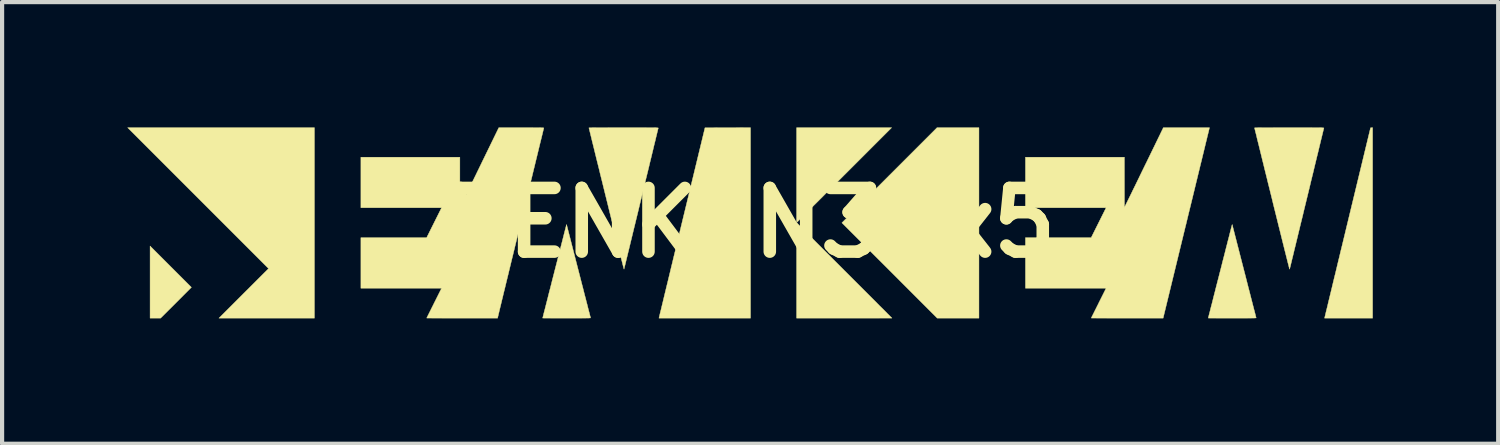
<source format=kicad_pcb>
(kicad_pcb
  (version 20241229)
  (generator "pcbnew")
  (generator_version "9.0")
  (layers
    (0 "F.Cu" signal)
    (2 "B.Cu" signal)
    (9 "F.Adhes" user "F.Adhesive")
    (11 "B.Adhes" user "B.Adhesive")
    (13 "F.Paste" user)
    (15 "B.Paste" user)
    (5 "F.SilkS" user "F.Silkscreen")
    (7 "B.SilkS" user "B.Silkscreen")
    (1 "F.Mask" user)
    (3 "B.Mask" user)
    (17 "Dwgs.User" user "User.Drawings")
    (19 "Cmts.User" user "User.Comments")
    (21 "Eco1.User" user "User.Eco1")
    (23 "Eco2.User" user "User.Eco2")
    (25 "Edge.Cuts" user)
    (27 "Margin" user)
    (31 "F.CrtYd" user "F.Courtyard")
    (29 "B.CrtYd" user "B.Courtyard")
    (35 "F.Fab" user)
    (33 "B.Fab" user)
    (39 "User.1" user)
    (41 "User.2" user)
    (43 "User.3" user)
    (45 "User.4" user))
  (footprint "DENKEN30x5"
    (layer "F.Cu")
    (at 14.897 2.281)
    (property "Reference" "DENKEN30x5" (at 0 0 0) (layer "F.SilkS") (effects (font (size 1.524 1.524) (thickness 0.3))))
    (attr through_hole)
    (fp_poly (pts (xy -13.862 1.05) (xy -13.368 1.544) (xy -13.736 1.913) (xy -14.105 2.281) (xy -14.356 2.281) (xy -14.356 0.556) (xy -13.862 1.05)) (stroke (width 0.01) (type solid)) (fill yes) (layer "F.SilkS"))
    (fp_poly (pts (xy -10.424 2.281) (xy -12.708 2.281) (xy -12.115 1.688) (xy -11.521 1.095) (xy -13.207 -0.591) (xy -14.892 -2.276) (xy -10.424 -2.276) (xy -10.424 2.281)) (stroke (width 0.01) (type solid)) (fill yes) (layer "F.SilkS"))
    (fp_poly (pts (xy 5.476 2.281) (xy 4.478 2.281) (xy 3.338 1.14) (xy 2.197 0) (xy 3.335 -1.138) (xy 4.473 -2.276) (xy 5.476 -2.276) (xy 5.476 2.281)) (stroke (width 0.01) (type solid)) (fill yes) (layer "F.SilkS"))
    (fp_poly (pts (xy 0.01 2.281) (xy -2.18 2.281) (xy -2.177 2.267) (xy -2.175 2.261) (xy -2.172 2.246) (xy -2.166 2.221) (xy -2.158 2.188) (xy -2.148 2.145) (xy -2.135 2.095) (xy -2.121 2.036) (xy -2.105 1.97) (xy -2.087 1.896) (xy -2.068 1.816) (xy -2.047 1.728) (xy -2.024 1.634) (xy -2 1.534) (xy -1.974 1.429) (xy -1.947 1.317) (xy -1.919 1.201) (xy -1.89 1.079) (xy -1.859 0.953) (xy -1.828 0.823) (xy -1.795 0.688) (xy -1.762 0.55) (xy -1.728 0.409) (xy -1.693 0.265) (xy -1.658 0.118) (xy -1.627 -0.01) (xy -1.079 -2.273) (xy -0.535 -2.275) (xy 0.01 -2.276) (xy 0.01 2.281)) (stroke (width 0.01) (type solid)) (fill yes) (layer "F.SilkS"))
    (fp_poly (pts (xy 14.895 2.281) (xy 13.746 2.281) (xy 13.749 2.267) (xy 13.75 2.261) (xy 13.754 2.246) (xy 13.76 2.221) (xy 13.768 2.188) (xy 13.778 2.145) (xy 13.79 2.095) (xy 13.805 2.036) (xy 13.821 1.97) (xy 13.838 1.896) (xy 13.858 1.816) (xy 13.879 1.728) (xy 13.902 1.634) (xy 13.926 1.534) (xy 13.951 1.429) (xy 13.978 1.317) (xy 14.007 1.201) (xy 14.036 1.079) (xy 14.066 0.953) (xy 14.098 0.823) (xy 14.13 0.688) (xy 14.164 0.55) (xy 14.198 0.409) (xy 14.233 0.265) (xy 14.268 0.118) (xy 14.299 -0.01) (xy 14.846 -2.273) (xy 14.87 -2.275) (xy 14.895 -2.276) (xy 14.895 2.281)) (stroke (width 0.01) (type solid)) (fill yes) (layer "F.SilkS"))
    (fp_poly (pts (xy 2.25 -1.14) (xy 2.161 -1.051) (xy 2.073 -0.963) (xy 1.987 -0.877) (xy 1.903 -0.793) (xy 1.822 -0.713) (xy 1.745 -0.635) (xy 1.67 -0.56) (xy 1.599 -0.489) (xy 1.531 -0.422) (xy 1.468 -0.358) (xy 1.409 -0.299) (xy 1.354 -0.245) (xy 1.305 -0.195) (xy 1.26 -0.151) (xy 1.221 -0.112) (xy 1.188 -0.078) (xy 1.16 -0.051) (xy 1.139 -0.03) (xy 1.124 -0.015) (xy 1.115 -0.007) (xy 1.114 -0.005) (xy 1.114 -0.01) (xy 1.114 -0.025) (xy 1.113 -0.049) (xy 1.113 -0.082) (xy 1.113 -0.123) (xy 1.113 -0.172) (xy 1.113 -0.228) (xy 1.113 -0.291) (xy 1.113 -0.361) (xy 1.113 -0.437) (xy 1.113 -0.519) (xy 1.113 -0.606) (xy 1.113 -0.697) (xy 1.113 -0.793) (xy 1.113 -0.892) (xy 1.113 -0.995) (xy 1.113 -1.101) (xy 1.113 -2.276) (xy 3.386 -2.276) (xy 2.25 -1.14)) (stroke (width 0.01) (type solid)) (fill yes) (layer "F.SilkS"))
    (fp_poly (pts (xy 2.253 1.138) (xy 2.343 1.228) (xy 2.431 1.316) (xy 2.517 1.402) (xy 2.601 1.486) (xy 2.682 1.567) (xy 2.76 1.645) (xy 2.835 1.72) (xy 2.906 1.791) (xy 2.974 1.859) (xy 3.037 1.922) (xy 3.096 1.982) (xy 3.151 2.036) (xy 3.201 2.086) (xy 3.246 2.131) (xy 3.285 2.171) (xy 3.319 2.204) (xy 3.346 2.232) (xy 3.368 2.254) (xy 3.383 2.269) (xy 3.392 2.278) (xy 3.393 2.28) (xy 3.388 2.28) (xy 3.374 2.28) (xy 3.35 2.28) (xy 3.317 2.28) (xy 3.276 2.28) (xy 3.227 2.28) (xy 3.17 2.28) (xy 3.107 2.28) (xy 3.037 2.281) (xy 2.961 2.281) (xy 2.879 2.281) (xy 2.793 2.281) (xy 2.701 2.281) (xy 2.605 2.281) (xy 2.506 2.281) (xy 2.403 2.281) (xy 2.297 2.281) (xy 2.253 2.281) (xy 1.113 2.281) (xy 1.113 -0.003) (xy 2.253 1.138)) (stroke (width 0.01) (type solid)) (fill yes) (layer "F.SilkS"))
    (fp_poly (pts (xy -4.105 1.154) (xy -4.078 1.258) (xy -4.052 1.36) (xy -4.027 1.458) (xy -4.002 1.553) (xy -3.979 1.644) (xy -3.957 1.731) (xy -3.935 1.813) (xy -3.916 1.89) (xy -3.897 1.961) (xy -3.881 2.026) (xy -3.866 2.085) (xy -3.852 2.136) (xy -3.841 2.18) (xy -3.832 2.216) (xy -3.824 2.244) (xy -3.819 2.263) (xy -3.817 2.273) (xy -3.816 2.275) (xy -3.818 2.276) (xy -3.823 2.276) (xy -3.833 2.277) (xy -3.848 2.278) (xy -3.868 2.279) (xy -3.894 2.279) (xy -3.927 2.28) (xy -3.966 2.28) (xy -4.013 2.28) (xy -4.067 2.281) (xy -4.129 2.281) (xy -4.2 2.281) (xy -4.281 2.281) (xy -4.37 2.281) (xy -4.389 2.281) (xy -4.464 2.281) (xy -4.537 2.281) (xy -4.606 2.281) (xy -4.671 2.281) (xy -4.731 2.281) (xy -4.785 2.28) (xy -4.834 2.28) (xy -4.876 2.28) (xy -4.91 2.28) (xy -4.936 2.28) (xy -4.954 2.279) (xy -4.963 2.279) (xy -4.963 2.279) (xy -4.962 2.274) (xy -4.958 2.26) (xy -4.952 2.236) (xy -4.945 2.205) (xy -4.935 2.166) (xy -4.923 2.12) (xy -4.909 2.067) (xy -4.894 2.008) (xy -4.878 1.944) (xy -4.86 1.874) (xy -4.841 1.8) (xy -4.822 1.722) (xy -4.801 1.641) (xy -4.779 1.557) (xy -4.757 1.471) (xy -4.735 1.382) (xy -4.712 1.293) (xy -4.689 1.203) (xy -4.666 1.113) (xy -4.643 1.023) (xy -4.62 0.934) (xy -4.598 0.846) (xy -4.576 0.761) (xy -4.555 0.678) (xy -4.534 0.598) (xy -4.515 0.521) (xy -4.496 0.449) (xy -4.479 0.381) (xy -4.463 0.319) (xy -4.449 0.262) (xy -4.436 0.212) (xy -4.425 0.169) (xy -4.415 0.132) (xy -4.408 0.104) (xy -4.403 0.084) (xy -4.4 0.074) (xy -4.4 0.072) (xy -4.391 0.04) (xy -4.105 1.154)) (stroke (width 0.01) (type solid)) (fill yes) (layer "F.SilkS"))
    (fp_poly (pts (xy 11.821 1.154) (xy 11.848 1.258) (xy 11.874 1.36) (xy 11.899 1.458) (xy 11.923 1.553) (xy 11.947 1.644) (xy 11.969 1.731) (xy 11.99 1.813) (xy 12.01 1.89) (xy 12.028 1.961) (xy 12.045 2.026) (xy 12.06 2.085) (xy 12.074 2.136) (xy 12.085 2.18) (xy 12.094 2.216) (xy 12.101 2.244) (xy 12.106 2.263) (xy 12.109 2.273) (xy 12.109 2.275) (xy 12.108 2.276) (xy 12.103 2.276) (xy 12.093 2.277) (xy 12.078 2.278) (xy 12.058 2.279) (xy 12.031 2.279) (xy 11.999 2.28) (xy 11.96 2.28) (xy 11.913 2.28) (xy 11.859 2.281) (xy 11.797 2.281) (xy 11.725 2.281) (xy 11.645 2.281) (xy 11.555 2.281) (xy 11.537 2.281) (xy 11.462 2.281) (xy 11.389 2.281) (xy 11.32 2.281) (xy 11.255 2.281) (xy 11.195 2.281) (xy 11.141 2.28) (xy 11.092 2.28) (xy 11.05 2.28) (xy 11.016 2.28) (xy 10.989 2.28) (xy 10.972 2.279) (xy 10.963 2.279) (xy 10.963 2.279) (xy 10.964 2.274) (xy 10.967 2.26) (xy 10.973 2.236) (xy 10.981 2.205) (xy 10.991 2.166) (xy 11.003 2.12) (xy 11.016 2.067) (xy 11.031 2.008) (xy 11.048 1.944) (xy 11.066 1.874) (xy 11.084 1.8) (xy 11.104 1.722) (xy 11.125 1.641) (xy 11.146 1.557) (xy 11.168 1.471) (xy 11.191 1.382) (xy 11.214 1.293) (xy 11.237 1.203) (xy 11.26 1.113) (xy 11.283 1.023) (xy 11.305 0.934) (xy 11.328 0.846) (xy 11.35 0.761) (xy 11.371 0.678) (xy 11.391 0.598) (xy 11.411 0.521) (xy 11.429 0.449) (xy 11.447 0.381) (xy 11.463 0.319) (xy 11.477 0.262) (xy 11.49 0.212) (xy 11.501 0.169) (xy 11.51 0.132) (xy 11.518 0.104) (xy 11.523 0.084) (xy 11.525 0.074) (xy 11.526 0.072) (xy 11.535 0.04) (xy 11.821 1.154)) (stroke (width 0.01) (type solid)) (fill yes) (layer "F.SilkS"))
    (fp_poly (pts (xy 10.971 -2.188) (xy 10.968 -2.177) (xy 10.963 -2.157) (xy 10.956 -2.127) (xy 10.946 -2.089) (xy 10.935 -2.042) (xy 10.922 -1.987) (xy 10.906 -1.924) (xy 10.889 -1.853) (xy 10.87 -1.775) (xy 10.85 -1.69) (xy 10.827 -1.599) (xy 10.804 -1.501) (xy 10.778 -1.398) (xy 10.752 -1.289) (xy 10.724 -1.175) (xy 10.695 -1.055) (xy 10.665 -0.932) (xy 10.634 -0.804) (xy 10.602 -0.672) (xy 10.569 -0.536) (xy 10.535 -0.397) (xy 10.5 -0.255) (xy 10.465 -0.111) (xy 10.43 0.036) (xy 10.416 0.09) (xy 9.883 2.281) (xy 9.023 2.281) (xy 8.931 2.281) (xy 8.841 2.281) (xy 8.754 2.281) (xy 8.672 2.281) (xy 8.593 2.281) (xy 8.52 2.28) (xy 8.452 2.28) (xy 8.389 2.28) (xy 8.334 2.28) (xy 8.285 2.28) (xy 8.244 2.279) (xy 8.21 2.279) (xy 8.185 2.279) (xy 8.17 2.279) (xy 8.164 2.278) (xy 8.164 2.278) (xy 8.166 2.274) (xy 8.172 2.26) (xy 8.182 2.239) (xy 8.196 2.211) (xy 8.213 2.177) (xy 8.233 2.137) (xy 8.255 2.093) (xy 8.28 2.044) (xy 8.306 1.991) (xy 8.334 1.936) (xy 8.341 1.92) (xy 8.519 1.565) (xy 6.589 1.565) (xy 6.589 0.356) (xy 6.605 0.356) (xy 6.612 0.356) (xy 6.629 0.356) (xy 6.654 0.356) (xy 6.73 0.356) (xy 6.779 0.356) (xy 6.835 0.356) (xy 6.897 0.356) (xy 6.965 0.356) (xy 7.038 0.356) (xy 7.115 0.356) (xy 7.196 0.356) (xy 7.28 0.356) (xy 7.368 0.356) (xy 7.391 0.356) (xy 8.161 0.356) (xy 8.34 -0.003) (xy 8.519 -0.361) (xy 6.589 -0.361) (xy 6.589 -1.57) (xy 8.956 -1.57) (xy 8.957 -0.368) (xy 9.016 -0.488) (xy 9.025 -0.505) (xy 9.037 -0.531) (xy 9.054 -0.565) (xy 9.074 -0.606) (xy 9.098 -0.654) (xy 9.125 -0.709) (xy 9.154 -0.77) (xy 9.187 -0.836) (xy 9.221 -0.906) (xy 9.258 -0.981) (xy 9.296 -1.06) (xy 9.336 -1.142) (xy 9.377 -1.227) (xy 9.419 -1.313) (xy 9.462 -1.401) (xy 9.482 -1.441) (xy 9.888 -2.276) (xy 10.992 -2.276) (xy 10.971 -2.188)) (stroke (width 0.01) (type solid)) (fill yes) (layer "F.SilkS"))
    (fp_poly (pts (xy -2.917 -2.276) (xy -2.819 -2.276) (xy -2.73 -2.276) (xy -2.651 -2.276) (xy -2.579 -2.276) (xy -2.515 -2.276) (xy -2.459 -2.275) (xy -2.41 -2.275) (xy -2.367 -2.275) (xy -2.33 -2.275) (xy -2.299 -2.274) (xy -2.273 -2.274) (xy -2.252 -2.274) (xy -2.235 -2.273) (xy -2.222 -2.272) (xy -2.212 -2.272) (xy -2.205 -2.271) (xy -2.2 -2.27) (xy -2.198 -2.269) (xy -2.197 -2.268) (xy -2.197 -2.267) (xy -2.197 -2.267) (xy -2.198 -2.261) (xy -2.202 -2.246) (xy -2.208 -2.222) (xy -2.216 -2.189) (xy -2.226 -2.148) (xy -2.238 -2.098) (xy -2.252 -2.041) (xy -2.267 -1.976) (xy -2.285 -1.905) (xy -2.304 -1.827) (xy -2.324 -1.742) (xy -2.346 -1.652) (xy -2.369 -1.556) (xy -2.394 -1.455) (xy -2.419 -1.349) (xy -2.446 -1.238) (xy -2.474 -1.124) (xy -2.503 -1.006) (xy -2.532 -0.884) (xy -2.562 -0.76) (xy -2.593 -0.632) (xy -2.606 -0.579) (xy -2.637 -0.451) (xy -2.667 -0.325) (xy -2.697 -0.202) (xy -2.726 -0.083) (xy -2.754 0.033) (xy -2.782 0.146) (xy -2.808 0.253) (xy -2.833 0.357) (xy -2.857 0.455) (xy -2.879 0.547) (xy -2.9 0.634) (xy -2.92 0.715) (xy -2.938 0.79) (xy -2.955 0.857) (xy -2.969 0.917) (xy -2.982 0.97) (xy -2.993 1.015) (xy -3.002 1.052) (xy -3.009 1.079) (xy -3.014 1.098) (xy -3.016 1.108) (xy -3.016 1.109) (xy -3.018 1.105) (xy -3.022 1.091) (xy -3.028 1.068) (xy -3.037 1.035) (xy -3.048 0.992) (xy -3.061 0.94) (xy -3.077 0.878) (xy -3.095 0.807) (xy -3.115 0.727) (xy -3.138 0.637) (xy -3.162 0.539) (xy -3.189 0.431) (xy -3.218 0.314) (xy -3.249 0.189) (xy -3.283 0.054) (xy -3.318 -0.089) (xy -3.356 -0.241) (xy -3.395 -0.401) (xy -3.437 -0.57) (xy -3.438 -0.575) (xy -3.47 -0.704) (xy -3.501 -0.83) (xy -3.531 -0.953) (xy -3.561 -1.073) (xy -3.59 -1.189) (xy -3.617 -1.302) (xy -3.644 -1.41) (xy -3.67 -1.513) (xy -3.694 -1.612) (xy -3.717 -1.705) (xy -3.738 -1.792) (xy -3.758 -1.873) (xy -3.777 -1.948) (xy -3.793 -2.016) (xy -3.808 -2.077) (xy -3.821 -2.13) (xy -3.832 -2.175) (xy -3.841 -2.212) (xy -3.848 -2.241) (xy -3.853 -2.26) (xy -3.856 -2.271) (xy -3.856 -2.272) (xy -3.851 -2.272) (xy -3.836 -2.273) (xy -3.813 -2.273) (xy -3.78 -2.274) (xy -3.74 -2.274) (xy -3.692 -2.274) (xy -3.637 -2.275) (xy -3.576 -2.275) (xy -3.509 -2.275) (xy -3.436 -2.275) (xy -3.359 -2.276) (xy -3.277 -2.276) (xy -3.192 -2.276) (xy -3.103 -2.276) (xy -3.025 -2.276) (xy -2.917 -2.276)) (stroke (width 0.01) (type solid)) (fill yes) (layer "F.SilkS"))
    (fp_poly (pts (xy 13.009 -2.276) (xy 13.107 -2.276) (xy 13.195 -2.276) (xy 13.275 -2.276) (xy 13.347 -2.276) (xy 13.411 -2.276) (xy 13.467 -2.275) (xy 13.516 -2.275) (xy 13.559 -2.275) (xy 13.596 -2.275) (xy 13.627 -2.274) (xy 13.653 -2.274) (xy 13.674 -2.274) (xy 13.691 -2.273) (xy 13.704 -2.272) (xy 13.714 -2.272) (xy 13.721 -2.271) (xy 13.726 -2.27) (xy 13.728 -2.269) (xy 13.729 -2.268) (xy 13.729 -2.267) (xy 13.729 -2.267) (xy 13.728 -2.261) (xy 13.724 -2.246) (xy 13.718 -2.222) (xy 13.71 -2.189) (xy 13.7 -2.148) (xy 13.688 -2.098) (xy 13.674 -2.041) (xy 13.658 -1.976) (xy 13.641 -1.905) (xy 13.622 -1.827) (xy 13.602 -1.742) (xy 13.58 -1.652) (xy 13.556 -1.556) (xy 13.532 -1.455) (xy 13.506 -1.349) (xy 13.48 -1.238) (xy 13.452 -1.124) (xy 13.423 -1.006) (xy 13.394 -0.884) (xy 13.364 -0.76) (xy 13.333 -0.632) (xy 13.32 -0.579) (xy 13.289 -0.451) (xy 13.258 -0.325) (xy 13.229 -0.202) (xy 13.2 -0.083) (xy 13.171 0.033) (xy 13.144 0.146) (xy 13.118 0.253) (xy 13.093 0.357) (xy 13.069 0.455) (xy 13.047 0.547) (xy 13.025 0.634) (xy 13.006 0.715) (xy 12.988 0.79) (xy 12.971 0.857) (xy 12.957 0.917) (xy 12.944 0.97) (xy 12.933 1.015) (xy 12.924 1.052) (xy 12.917 1.079) (xy 12.912 1.098) (xy 12.91 1.108) (xy 12.909 1.109) (xy 12.908 1.105) (xy 12.904 1.091) (xy 12.897 1.068) (xy 12.889 1.035) (xy 12.878 0.992) (xy 12.864 0.94) (xy 12.849 0.878) (xy 12.831 0.807) (xy 12.811 0.727) (xy 12.788 0.637) (xy 12.764 0.539) (xy 12.737 0.431) (xy 12.708 0.314) (xy 12.677 0.189) (xy 12.643 0.054) (xy 12.608 -0.089) (xy 12.57 -0.241) (xy 12.53 -0.401) (xy 12.489 -0.57) (xy 12.488 -0.575) (xy 12.456 -0.704) (xy 12.425 -0.83) (xy 12.394 -0.953) (xy 12.365 -1.073) (xy 12.336 -1.189) (xy 12.308 -1.302) (xy 12.282 -1.41) (xy 12.256 -1.513) (xy 12.232 -1.612) (xy 12.209 -1.705) (xy 12.188 -1.792) (xy 12.168 -1.873) (xy 12.149 -1.948) (xy 12.132 -2.016) (xy 12.118 -2.077) (xy 12.105 -2.13) (xy 12.093 -2.175) (xy 12.084 -2.212) (xy 12.077 -2.241) (xy 12.073 -2.26) (xy 12.07 -2.271) (xy 12.07 -2.272) (xy 12.075 -2.272) (xy 12.09 -2.273) (xy 12.113 -2.273) (xy 12.146 -2.274) (xy 12.186 -2.274) (xy 12.234 -2.274) (xy 12.289 -2.275) (xy 12.35 -2.275) (xy 12.417 -2.275) (xy 12.489 -2.275) (xy 12.567 -2.276) (xy 12.648 -2.276) (xy 12.734 -2.276) (xy 12.823 -2.276) (xy 12.901 -2.276) (xy 13.009 -2.276)) (stroke (width 0.01) (type solid)) (fill yes) (layer "F.SilkS"))
    (fp_poly (pts (xy -5.305 -2.276) (xy -5.235 -2.276) (xy -5.174 -2.275) (xy -5.121 -2.275) (xy -5.076 -2.275) (xy -5.038 -2.274) (xy -5.007 -2.274) (xy -4.982 -2.273) (xy -4.963 -2.273) (xy -4.949 -2.272) (xy -4.94 -2.271) (xy -4.936 -2.27) (xy -4.935 -2.269) (xy -4.937 -2.264) (xy -4.94 -2.249) (xy -4.946 -2.225) (xy -4.954 -2.192) (xy -4.964 -2.151) (xy -4.976 -2.101) (xy -4.99 -2.044) (xy -5.006 -1.979) (xy -5.024 -1.907) (xy -5.043 -1.828) (xy -5.064 -1.742) (xy -5.086 -1.651) (xy -5.11 -1.553) (xy -5.135 -1.45) (xy -5.161 -1.342) (xy -5.189 -1.229) (xy -5.217 -1.112) (xy -5.247 -0.991) (xy -5.277 -0.865) (xy -5.309 -0.737) (xy -5.341 -0.605) (xy -5.374 -0.47) (xy -5.4 -0.361) (xy -5.446 -0.172) (xy -5.49 0.007) (xy -5.531 0.177) (xy -5.57 0.338) (xy -5.607 0.49) (xy -5.642 0.633) (xy -5.675 0.769) (xy -5.706 0.895) (xy -5.735 1.015) (xy -5.762 1.126) (xy -5.787 1.231) (xy -5.811 1.328) (xy -5.833 1.418) (xy -5.853 1.502) (xy -5.872 1.58) (xy -5.89 1.652) (xy -5.906 1.718) (xy -5.92 1.778) (xy -5.934 1.833) (xy -5.946 1.884) (xy -5.957 1.929) (xy -5.967 1.97) (xy -5.976 2.007) (xy -5.984 2.04) (xy -5.991 2.069) (xy -5.997 2.095) (xy -6.003 2.117) (xy -6.007 2.137) (xy -6.011 2.154) (xy -6.015 2.169) (xy -6.018 2.181) (xy -6.021 2.192) (xy -6.023 2.201) (xy -6.024 2.208) (xy -6.026 2.215) (xy -6.027 2.22) (xy -6.028 2.225) (xy -6.029 2.23) (xy -6.03 2.231) (xy -6.041 2.281) (xy -6.889 2.281) (xy -6.981 2.281) (xy -7.07 2.281) (xy -7.156 2.281) (xy -7.238 2.281) (xy -7.316 2.281) (xy -7.388 2.28) (xy -7.456 2.28) (xy -7.517 2.28) (xy -7.572 2.28) (xy -7.62 2.28) (xy -7.661 2.279) (xy -7.693 2.279) (xy -7.717 2.279) (xy -7.732 2.279) (xy -7.737 2.278) (xy -7.737 2.278) (xy -7.735 2.274) (xy -7.728 2.26) (xy -7.718 2.239) (xy -7.704 2.211) (xy -7.687 2.177) (xy -7.667 2.137) (xy -7.645 2.093) (xy -7.621 2.044) (xy -7.594 1.991) (xy -7.567 1.936) (xy -7.559 1.92) (xy -7.381 1.565) (xy -9.312 1.565) (xy -9.312 0.356) (xy -9.295 0.356) (xy -9.288 0.356) (xy -9.272 0.356) (xy -9.246 0.356) (xy -9.17 0.356) (xy -9.121 0.356) (xy -9.065 0.356) (xy -9.003 0.356) (xy -8.936 0.356) (xy -8.863 0.356) (xy -8.786 0.356) (xy -8.704 0.356) (xy -8.62 0.356) (xy -8.533 0.356) (xy -8.509 0.356) (xy -7.739 0.356) (xy -7.56 -0.003) (xy -7.381 -0.361) (xy -9.312 -0.361) (xy -9.312 -1.57) (xy -6.944 -1.57) (xy -6.944 -0.368) (xy -6.884 -0.488) (xy -6.876 -0.505) (xy -6.863 -0.531) (xy -6.846 -0.565) (xy -6.826 -0.606) (xy -6.802 -0.654) (xy -6.776 -0.709) (xy -6.746 -0.77) (xy -6.714 -0.836) (xy -6.679 -0.906) (xy -6.643 -0.981) (xy -6.604 -1.06) (xy -6.564 -1.142) (xy -6.523 -1.227) (xy -6.481 -1.313) (xy -6.438 -1.401) (xy -6.419 -1.441) (xy -6.012 -2.276) (xy -5.473 -2.276) (xy -5.384 -2.276) (xy -5.305 -2.276)) (stroke (width 0.01) (type solid)) (fill yes) (layer "F.SilkS")))
  (gr_rect
    (start -3 -3)
    (end 32.797 7.567)
    (stroke (width 0.1) (type default))
    (fill no)
    (layer "Edge.Cuts")))
</source>
